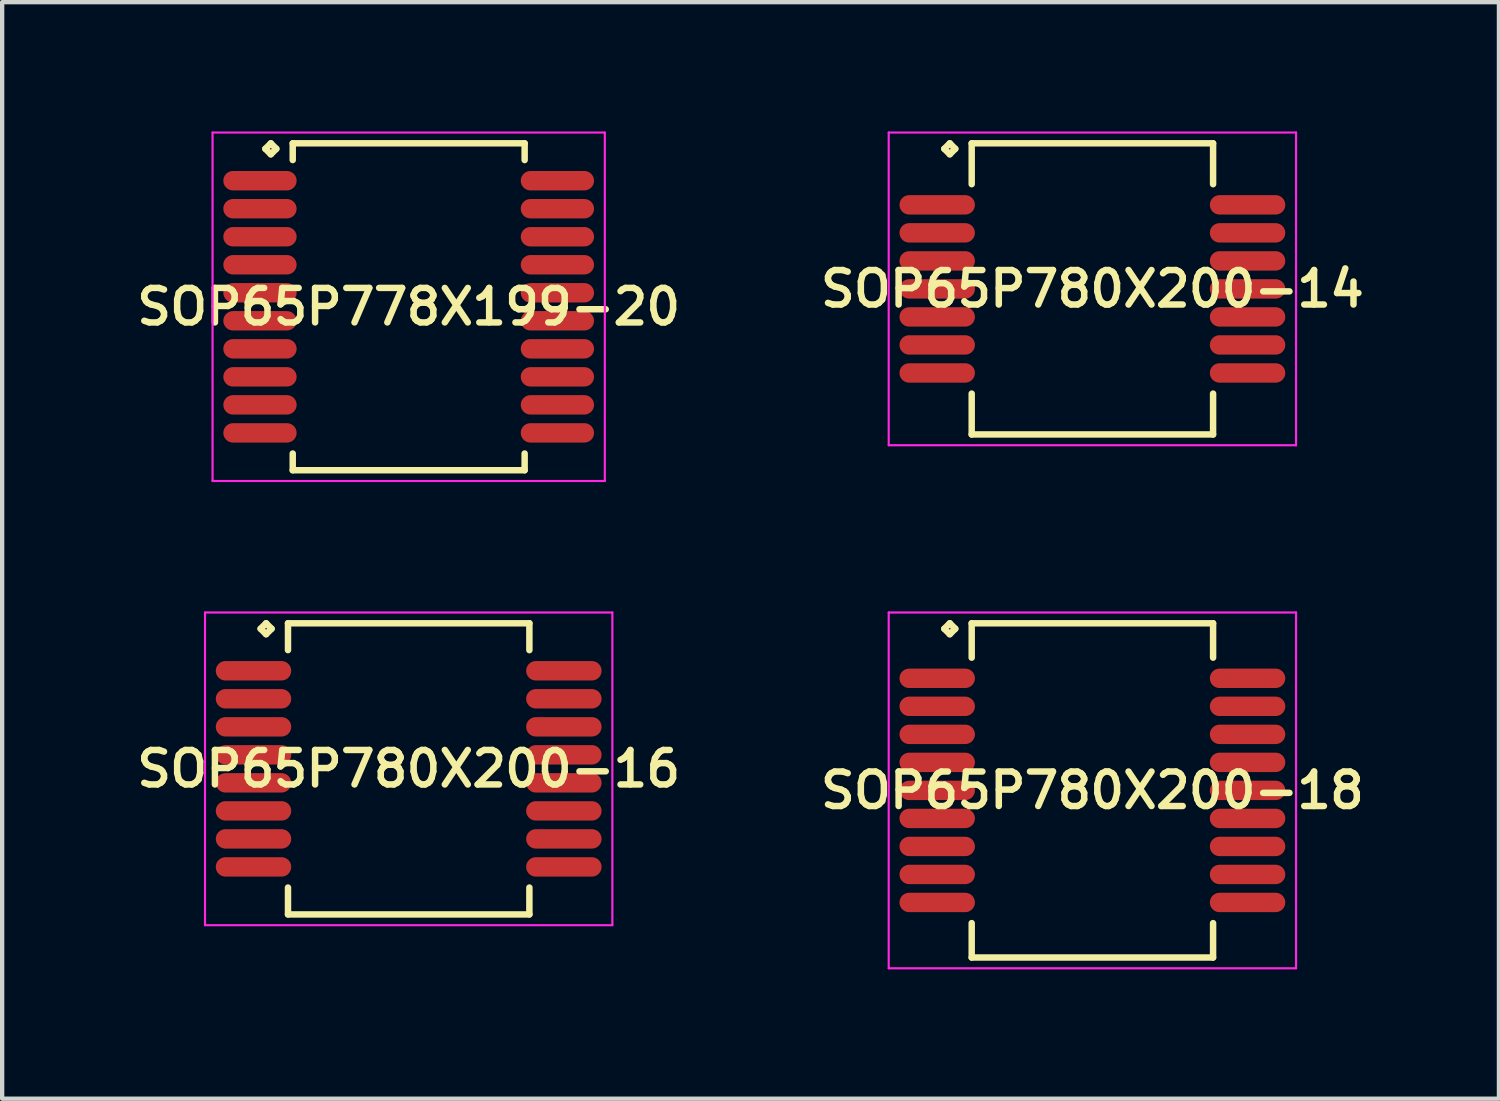
<source format=kicad_pcb>
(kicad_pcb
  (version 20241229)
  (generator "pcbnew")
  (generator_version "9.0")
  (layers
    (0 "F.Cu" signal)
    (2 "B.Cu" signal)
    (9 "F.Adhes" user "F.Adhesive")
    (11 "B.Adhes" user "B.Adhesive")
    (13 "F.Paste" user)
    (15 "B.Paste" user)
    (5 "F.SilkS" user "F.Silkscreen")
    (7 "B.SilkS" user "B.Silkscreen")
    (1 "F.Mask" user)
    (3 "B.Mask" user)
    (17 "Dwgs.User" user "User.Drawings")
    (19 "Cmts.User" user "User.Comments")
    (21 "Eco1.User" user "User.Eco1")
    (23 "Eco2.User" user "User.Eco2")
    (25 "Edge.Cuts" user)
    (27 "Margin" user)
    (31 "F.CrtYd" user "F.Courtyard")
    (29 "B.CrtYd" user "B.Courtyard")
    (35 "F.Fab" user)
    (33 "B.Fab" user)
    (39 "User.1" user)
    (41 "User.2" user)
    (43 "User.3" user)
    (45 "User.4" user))
  (footprint "SOP65P780X200-14"
    (layer "F.Cu")
    (at 22.292 3.652)
    (property "Reference" "SOP65P780X200-14" (at 0 0 0) (layer "F.SilkS") (effects (font (size 0.8 0.8) (thickness 0.15))))
    (attr smd)
    (fp_line (start -3.435 -3.25) (end -3.308 -3.377) (stroke (width 0.15) (type solid)) (layer "F.SilkS"))
    (fp_line (start -3.308 -3.377) (end -3.181 -3.25) (stroke (width 0.15) (type solid)) (layer "F.SilkS"))
    (fp_line (start -3.308 -3.123) (end -3.435 -3.25) (stroke (width 0.15) (type solid)) (layer "F.SilkS"))
    (fp_line (start -3.181 -3.25) (end -3.308 -3.123) (stroke (width 0.15) (type solid)) (layer "F.SilkS"))
    (fp_line (start -2.8 -3.377) (end 2.8 -3.377) (stroke (width 0.15) (type solid)) (layer "F.SilkS"))
    (fp_line (start -2.8 -2.429) (end -2.8 -3.377) (stroke (width 0.15) (type solid)) (layer "F.SilkS"))
    (fp_line (start -2.8 2.429) (end -2.8 3.377) (stroke (width 0.15) (type solid)) (layer "F.SilkS"))
    (fp_line (start -2.8 3.377) (end 2.8 3.377) (stroke (width 0.15) (type solid)) (layer "F.SilkS"))
    (fp_line (start 2.8 -3.377) (end 2.8 -2.429) (stroke (width 0.15) (type solid)) (layer "F.SilkS"))
    (fp_line (start 2.8 3.377) (end 2.8 2.429) (stroke (width 0.15) (type solid)) (layer "F.SilkS"))
    (fp_line (start -4.725 -3.627) (end 4.725 -3.627) (stroke (width 0.05) (type solid)) (layer "F.CrtYd"))
    (fp_line (start -4.725 3.627) (end -4.725 -3.627) (stroke (width 0.05) (type solid)) (layer "F.CrtYd"))
    (fp_line (start 4.725 -3.627) (end 4.725 3.627) (stroke (width 0.05) (type solid)) (layer "F.CrtYd"))
    (fp_line (start 4.725 3.627) (end -4.725 3.627) (stroke (width 0.05) (type solid)) (layer "F.CrtYd"))
    (pad "1" smd oval (at -3.6 -1.95) (size 1.75 0.45) (layers "F.Cu" "F.Mask" "F.Paste"))
    (pad "2" smd oval (at -3.6 -1.3) (size 1.75 0.45) (layers "F.Cu" "F.Mask" "F.Paste"))
    (pad "3" smd oval (at -3.6 -0.65) (size 1.75 0.45) (layers "F.Cu" "F.Mask" "F.Paste"))
    (pad "4" smd oval (at -3.6 0) (size 1.75 0.45) (layers "F.Cu" "F.Mask" "F.Paste"))
    (pad "5" smd oval (at -3.6 0.65) (size 1.75 0.45) (layers "F.Cu" "F.Mask" "F.Paste"))
    (pad "6" smd oval (at -3.6 1.3) (size 1.75 0.45) (layers "F.Cu" "F.Mask" "F.Paste"))
    (pad "7" smd oval (at -3.6 1.95) (size 1.75 0.45) (layers "F.Cu" "F.Mask" "F.Paste"))
    (pad "8" smd oval (at 3.6 1.95) (size 1.75 0.45) (layers "F.Cu" "F.Mask" "F.Paste"))
    (pad "9" smd oval (at 3.6 1.3) (size 1.75 0.45) (layers "F.Cu" "F.Mask" "F.Paste"))
    (pad "10" smd oval (at 3.6 0.65) (size 1.75 0.45) (layers "F.Cu" "F.Mask" "F.Paste"))
    (pad "11" smd oval (at 3.6 0) (size 1.75 0.45) (layers "F.Cu" "F.Mask" "F.Paste"))
    (pad "12" smd oval (at 3.6 -0.65) (size 1.75 0.45) (layers "F.Cu" "F.Mask" "F.Paste"))
    (pad "13" smd oval (at 3.6 -1.3) (size 1.75 0.45) (layers "F.Cu" "F.Mask" "F.Paste"))
    (pad "14" smd oval (at 3.6 -1.95) (size 1.75 0.45) (layers "F.Cu" "F.Mask" "F.Paste")))
  (footprint "SOP65P780X200-16"
    (layer "F.Cu")
    (at 6.431 14.786)
    (property "Reference" "SOP65P780X200-16" (at 0 0 0) (layer "F.SilkS") (effects (font (size 0.8 0.8) (thickness 0.15))))
    (attr smd)
    (fp_line (start -3.435 -3.25) (end -3.308 -3.377) (stroke (width 0.15) (type solid)) (layer "F.SilkS"))
    (fp_line (start -3.308 -3.377) (end -3.181 -3.25) (stroke (width 0.15) (type solid)) (layer "F.SilkS"))
    (fp_line (start -3.308 -3.123) (end -3.435 -3.25) (stroke (width 0.15) (type solid)) (layer "F.SilkS"))
    (fp_line (start -3.181 -3.25) (end -3.308 -3.123) (stroke (width 0.15) (type solid)) (layer "F.SilkS"))
    (fp_line (start -2.8 -3.377) (end 2.8 -3.377) (stroke (width 0.15) (type solid)) (layer "F.SilkS"))
    (fp_line (start -2.8 -2.754) (end -2.8 -3.377) (stroke (width 0.15) (type solid)) (layer "F.SilkS"))
    (fp_line (start -2.8 2.754) (end -2.8 3.377) (stroke (width 0.15) (type solid)) (layer "F.SilkS"))
    (fp_line (start -2.8 3.377) (end 2.8 3.377) (stroke (width 0.15) (type solid)) (layer "F.SilkS"))
    (fp_line (start 2.8 -3.377) (end 2.8 -2.754) (stroke (width 0.15) (type solid)) (layer "F.SilkS"))
    (fp_line (start 2.8 3.377) (end 2.8 2.754) (stroke (width 0.15) (type solid)) (layer "F.SilkS"))
    (fp_line (start -4.725 -3.627) (end 4.725 -3.627) (stroke (width 0.05) (type solid)) (layer "F.CrtYd"))
    (fp_line (start -4.725 3.627) (end -4.725 -3.627) (stroke (width 0.05) (type solid)) (layer "F.CrtYd"))
    (fp_line (start 4.725 -3.627) (end 4.725 3.627) (stroke (width 0.05) (type solid)) (layer "F.CrtYd"))
    (fp_line (start 4.725 3.627) (end -4.725 3.627) (stroke (width 0.05) (type solid)) (layer "F.CrtYd"))
    (pad "1" smd oval (at -3.6 -2.275) (size 1.75 0.45) (layers "F.Cu" "F.Mask" "F.Paste"))
    (pad "2" smd oval (at -3.6 -1.625) (size 1.75 0.45) (layers "F.Cu" "F.Mask" "F.Paste"))
    (pad "3" smd oval (at -3.6 -0.975) (size 1.75 0.45) (layers "F.Cu" "F.Mask" "F.Paste"))
    (pad "4" smd oval (at -3.6 -0.325) (size 1.75 0.45) (layers "F.Cu" "F.Mask" "F.Paste"))
    (pad "5" smd oval (at -3.6 0.325) (size 1.75 0.45) (layers "F.Cu" "F.Mask" "F.Paste"))
    (pad "6" smd oval (at -3.6 0.975) (size 1.75 0.45) (layers "F.Cu" "F.Mask" "F.Paste"))
    (pad "7" smd oval (at -3.6 1.625) (size 1.75 0.45) (layers "F.Cu" "F.Mask" "F.Paste"))
    (pad "8" smd oval (at -3.6 2.275) (size 1.75 0.45) (layers "F.Cu" "F.Mask" "F.Paste"))
    (pad "9" smd oval (at 3.6 2.275) (size 1.75 0.45) (layers "F.Cu" "F.Mask" "F.Paste"))
    (pad "10" smd oval (at 3.6 1.625) (size 1.75 0.45) (layers "F.Cu" "F.Mask" "F.Paste"))
    (pad "11" smd oval (at 3.6 0.975) (size 1.75 0.45) (layers "F.Cu" "F.Mask" "F.Paste"))
    (pad "12" smd oval (at 3.6 0.325) (size 1.75 0.45) (layers "F.Cu" "F.Mask" "F.Paste"))
    (pad "13" smd oval (at 3.6 -0.325) (size 1.75 0.45) (layers "F.Cu" "F.Mask" "F.Paste"))
    (pad "14" smd oval (at 3.6 -0.975) (size 1.75 0.45) (layers "F.Cu" "F.Mask" "F.Paste"))
    (pad "15" smd oval (at 3.6 -1.625) (size 1.75 0.45) (layers "F.Cu" "F.Mask" "F.Paste"))
    (pad "16" smd oval (at 3.6 -2.275) (size 1.75 0.45) (layers "F.Cu" "F.Mask" "F.Paste")))
  (footprint "SOP65P778X199-20"
    (layer "F.Cu")
    (at 6.431 4.067)
    (property "Reference" "SOP65P778X199-20" (at 0 0 0) (layer "F.SilkS") (effects (font (size 0.8 0.8) (thickness 0.15))))
    (attr smd)
    (fp_line (start -3.325 -3.665) (end -3.198 -3.792) (stroke (width 0.15) (type solid)) (layer "F.SilkS"))
    (fp_line (start -3.198 -3.792) (end -3.071 -3.665) (stroke (width 0.15) (type solid)) (layer "F.SilkS"))
    (fp_line (start -3.198 -3.538) (end -3.325 -3.665) (stroke (width 0.15) (type solid)) (layer "F.SilkS"))
    (fp_line (start -3.071 -3.665) (end -3.198 -3.538) (stroke (width 0.15) (type solid)) (layer "F.SilkS"))
    (fp_line (start -2.69 -3.792) (end 2.69 -3.792) (stroke (width 0.15) (type solid)) (layer "F.SilkS"))
    (fp_line (start -2.69 -3.404) (end -2.69 -3.792) (stroke (width 0.15) (type solid)) (layer "F.SilkS"))
    (fp_line (start -2.69 3.404) (end -2.69 3.792) (stroke (width 0.15) (type solid)) (layer "F.SilkS"))
    (fp_line (start -2.69 3.792) (end 2.69 3.792) (stroke (width 0.15) (type solid)) (layer "F.SilkS"))
    (fp_line (start 2.69 -3.792) (end 2.69 -3.404) (stroke (width 0.15) (type solid)) (layer "F.SilkS"))
    (fp_line (start 2.69 3.792) (end 2.69 3.404) (stroke (width 0.15) (type solid)) (layer "F.SilkS"))
    (fp_line (start -4.55 -4.042) (end 4.55 -4.042) (stroke (width 0.05) (type solid)) (layer "F.CrtYd"))
    (fp_line (start -4.55 4.042) (end -4.55 -4.042) (stroke (width 0.05) (type solid)) (layer "F.CrtYd"))
    (fp_line (start 4.55 -4.042) (end 4.55 4.042) (stroke (width 0.05) (type solid)) (layer "F.CrtYd"))
    (fp_line (start 4.55 4.042) (end -4.55 4.042) (stroke (width 0.05) (type solid)) (layer "F.CrtYd"))
    (pad "1" smd oval (at -3.45 -2.925) (size 1.7 0.45) (layers "F.Cu" "F.Mask" "F.Paste"))
    (pad "2" smd oval (at -3.45 -2.275) (size 1.7 0.45) (layers "F.Cu" "F.Mask" "F.Paste"))
    (pad "3" smd oval (at -3.45 -1.625) (size 1.7 0.45) (layers "F.Cu" "F.Mask" "F.Paste"))
    (pad "4" smd oval (at -3.45 -0.975) (size 1.7 0.45) (layers "F.Cu" "F.Mask" "F.Paste"))
    (pad "5" smd oval (at -3.45 -0.325) (size 1.7 0.45) (layers "F.Cu" "F.Mask" "F.Paste"))
    (pad "6" smd oval (at -3.45 0.325) (size 1.7 0.45) (layers "F.Cu" "F.Mask" "F.Paste"))
    (pad "7" smd oval (at -3.45 0.975) (size 1.7 0.45) (layers "F.Cu" "F.Mask" "F.Paste"))
    (pad "8" smd oval (at -3.45 1.625) (size 1.7 0.45) (layers "F.Cu" "F.Mask" "F.Paste"))
    (pad "9" smd oval (at -3.45 2.275) (size 1.7 0.45) (layers "F.Cu" "F.Mask" "F.Paste"))
    (pad "10" smd oval (at -3.45 2.925) (size 1.7 0.45) (layers "F.Cu" "F.Mask" "F.Paste"))
    (pad "11" smd oval (at 3.45 2.925) (size 1.7 0.45) (layers "F.Cu" "F.Mask" "F.Paste"))
    (pad "12" smd oval (at 3.45 2.275) (size 1.7 0.45) (layers "F.Cu" "F.Mask" "F.Paste"))
    (pad "13" smd oval (at 3.45 1.625) (size 1.7 0.45) (layers "F.Cu" "F.Mask" "F.Paste"))
    (pad "14" smd oval (at 3.45 0.975) (size 1.7 0.45) (layers "F.Cu" "F.Mask" "F.Paste"))
    (pad "15" smd oval (at 3.45 0.325) (size 1.7 0.45) (layers "F.Cu" "F.Mask" "F.Paste"))
    (pad "16" smd oval (at 3.45 -0.325) (size 1.7 0.45) (layers "F.Cu" "F.Mask" "F.Paste"))
    (pad "17" smd oval (at 3.45 -0.975) (size 1.7 0.45) (layers "F.Cu" "F.Mask" "F.Paste"))
    (pad "18" smd oval (at 3.45 -1.625) (size 1.7 0.45) (layers "F.Cu" "F.Mask" "F.Paste"))
    (pad "19" smd oval (at 3.45 -2.275) (size 1.7 0.45) (layers "F.Cu" "F.Mask" "F.Paste"))
    (pad "20" smd oval (at 3.45 -2.925) (size 1.7 0.45) (layers "F.Cu" "F.Mask" "F.Paste")))
  (footprint "SOP65P780X200-18"
    (layer "F.Cu")
    (at 22.292 15.286)
    (property "Reference" "SOP65P780X200-18" (at 0 0 0) (layer "F.SilkS") (effects (font (size 0.8 0.8) (thickness 0.15))))
    (attr smd)
    (fp_line (start -3.435 -3.75) (end -3.308 -3.877) (stroke (width 0.15) (type solid)) (layer "F.SilkS"))
    (fp_line (start -3.308 -3.877) (end -3.181 -3.75) (stroke (width 0.15) (type solid)) (layer "F.SilkS"))
    (fp_line (start -3.308 -3.623) (end -3.435 -3.75) (stroke (width 0.15) (type solid)) (layer "F.SilkS"))
    (fp_line (start -3.181 -3.75) (end -3.308 -3.623) (stroke (width 0.15) (type solid)) (layer "F.SilkS"))
    (fp_line (start -2.8 -3.877) (end 2.8 -3.877) (stroke (width 0.15) (type solid)) (layer "F.SilkS"))
    (fp_line (start -2.8 -3.079) (end -2.8 -3.877) (stroke (width 0.15) (type solid)) (layer "F.SilkS"))
    (fp_line (start -2.8 3.079) (end -2.8 3.877) (stroke (width 0.15) (type solid)) (layer "F.SilkS"))
    (fp_line (start -2.8 3.877) (end 2.8 3.877) (stroke (width 0.15) (type solid)) (layer "F.SilkS"))
    (fp_line (start 2.8 -3.877) (end 2.8 -3.079) (stroke (width 0.15) (type solid)) (layer "F.SilkS"))
    (fp_line (start 2.8 3.877) (end 2.8 3.079) (stroke (width 0.15) (type solid)) (layer "F.SilkS"))
    (fp_line (start -4.725 -4.127) (end 4.725 -4.127) (stroke (width 0.05) (type solid)) (layer "F.CrtYd"))
    (fp_line (start -4.725 4.127) (end -4.725 -4.127) (stroke (width 0.05) (type solid)) (layer "F.CrtYd"))
    (fp_line (start 4.725 -4.127) (end 4.725 4.127) (stroke (width 0.05) (type solid)) (layer "F.CrtYd"))
    (fp_line (start 4.725 4.127) (end -4.725 4.127) (stroke (width 0.05) (type solid)) (layer "F.CrtYd"))
    (pad "1" smd oval (at -3.6 -2.6) (size 1.75 0.45) (layers "F.Cu" "F.Mask" "F.Paste"))
    (pad "2" smd oval (at -3.6 -1.95) (size 1.75 0.45) (layers "F.Cu" "F.Mask" "F.Paste"))
    (pad "3" smd oval (at -3.6 -1.3) (size 1.75 0.45) (layers "F.Cu" "F.Mask" "F.Paste"))
    (pad "4" smd oval (at -3.6 -0.65) (size 1.75 0.45) (layers "F.Cu" "F.Mask" "F.Paste"))
    (pad "5" smd oval (at -3.6 0) (size 1.75 0.45) (layers "F.Cu" "F.Mask" "F.Paste"))
    (pad "6" smd oval (at -3.6 0.65) (size 1.75 0.45) (layers "F.Cu" "F.Mask" "F.Paste"))
    (pad "7" smd oval (at -3.6 1.3) (size 1.75 0.45) (layers "F.Cu" "F.Mask" "F.Paste"))
    (pad "8" smd oval (at -3.6 1.95) (size 1.75 0.45) (layers "F.Cu" "F.Mask" "F.Paste"))
    (pad "9" smd oval (at -3.6 2.6) (size 1.75 0.45) (layers "F.Cu" "F.Mask" "F.Paste"))
    (pad "10" smd oval (at 3.6 2.6) (size 1.75 0.45) (layers "F.Cu" "F.Mask" "F.Paste"))
    (pad "11" smd oval (at 3.6 1.95) (size 1.75 0.45) (layers "F.Cu" "F.Mask" "F.Paste"))
    (pad "12" smd oval (at 3.6 1.3) (size 1.75 0.45) (layers "F.Cu" "F.Mask" "F.Paste"))
    (pad "13" smd oval (at 3.6 0.65) (size 1.75 0.45) (layers "F.Cu" "F.Mask" "F.Paste"))
    (pad "14" smd oval (at 3.6 0) (size 1.75 0.45) (layers "F.Cu" "F.Mask" "F.Paste"))
    (pad "15" smd oval (at 3.6 -0.65) (size 1.75 0.45) (layers "F.Cu" "F.Mask" "F.Paste"))
    (pad "16" smd oval (at 3.6 -1.3) (size 1.75 0.45) (layers "F.Cu" "F.Mask" "F.Paste"))
    (pad "17" smd oval (at 3.6 -1.95) (size 1.75 0.45) (layers "F.Cu" "F.Mask" "F.Paste"))
    (pad "18" smd oval (at 3.6 -2.6) (size 1.75 0.45) (layers "F.Cu" "F.Mask" "F.Paste")))
  (gr_rect
    (start -3 -3)
    (end 31.723 22.438)
    (stroke (width 0.1) (type default))
    (fill no)
    (layer "Edge.Cuts")))
</source>
